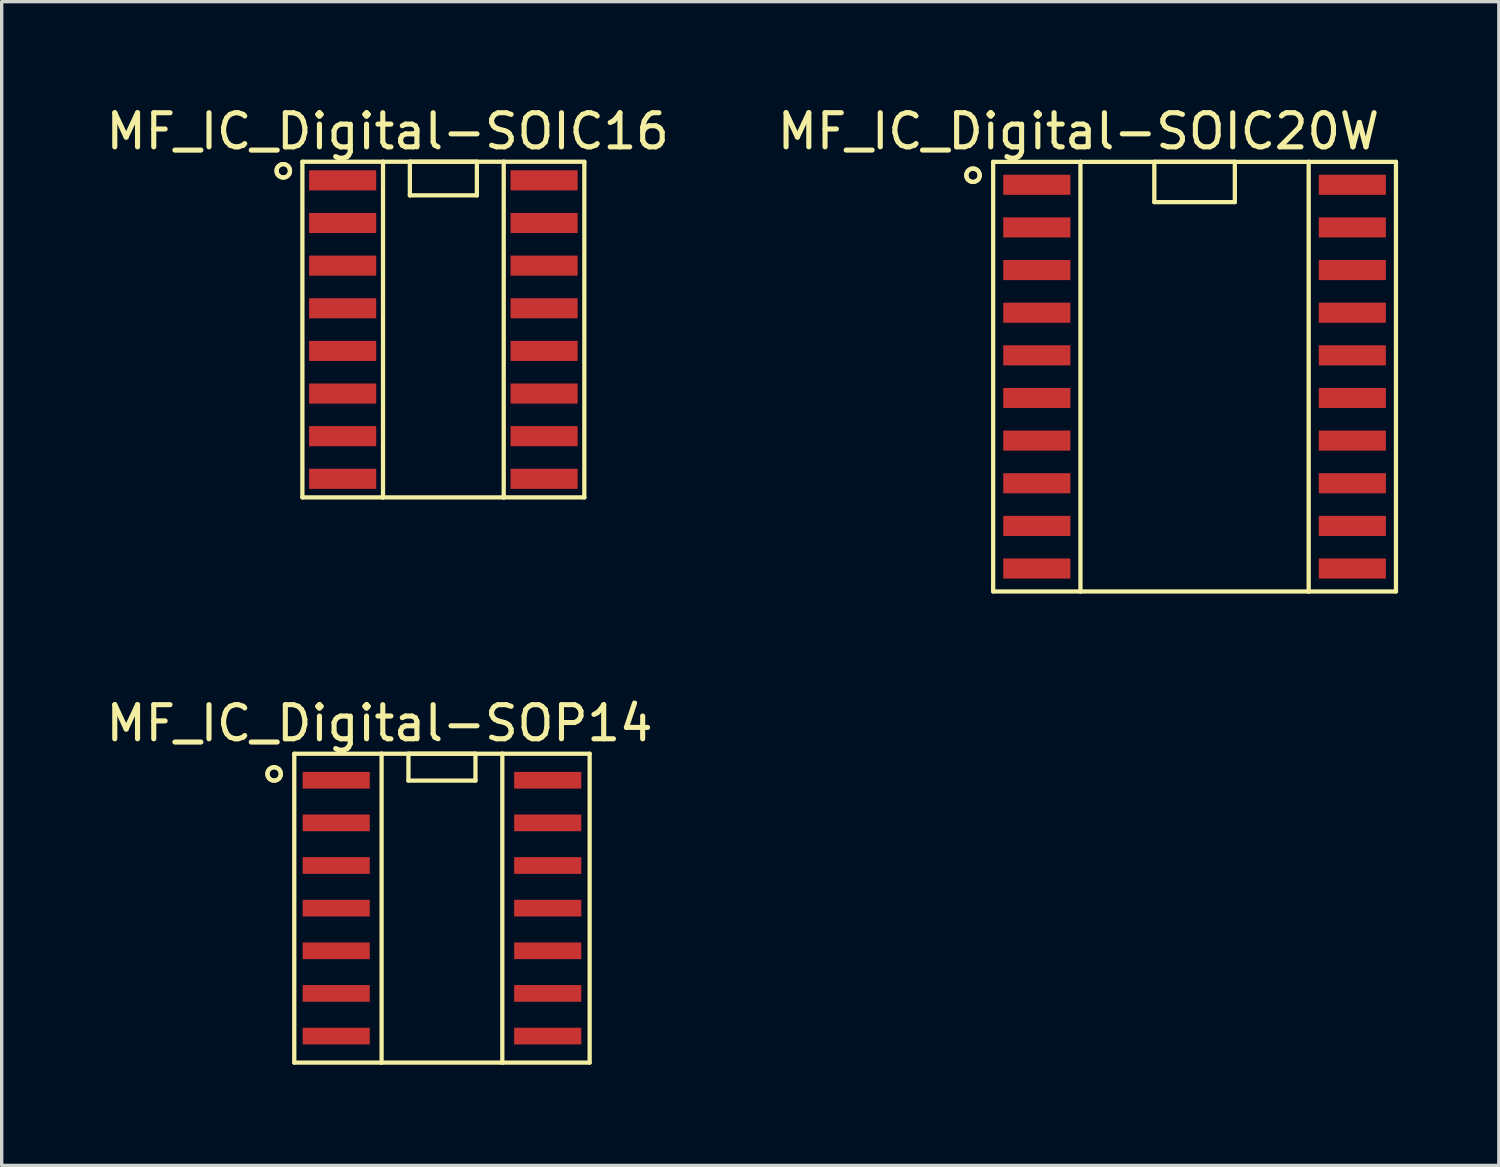
<source format=kicad_pcb>
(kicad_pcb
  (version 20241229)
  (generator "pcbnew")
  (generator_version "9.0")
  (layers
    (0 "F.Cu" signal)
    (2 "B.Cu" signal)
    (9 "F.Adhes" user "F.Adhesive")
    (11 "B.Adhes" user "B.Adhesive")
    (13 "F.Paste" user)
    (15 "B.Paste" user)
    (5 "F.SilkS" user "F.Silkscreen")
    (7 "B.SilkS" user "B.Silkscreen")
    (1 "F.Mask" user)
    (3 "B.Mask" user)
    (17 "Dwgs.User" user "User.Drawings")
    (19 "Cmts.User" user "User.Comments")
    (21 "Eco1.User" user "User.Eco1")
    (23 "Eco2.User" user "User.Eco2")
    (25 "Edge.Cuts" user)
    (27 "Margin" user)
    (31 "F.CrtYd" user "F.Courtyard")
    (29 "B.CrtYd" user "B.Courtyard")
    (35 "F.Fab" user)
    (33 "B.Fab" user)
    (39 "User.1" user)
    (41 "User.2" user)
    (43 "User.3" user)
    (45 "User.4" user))
  (footprint "MF_IC_Digital-SOIC20W"
    (layer "F.Cu")
    (at 32.531 8.169)
    (property "Reference" "MF_IC_Digital-SOIC20W" (at -3.459 -7.308 0) (layer "F.SilkS") (effects (font (size 1.016 1.016) (thickness 0.152))))
    (attr smd)
    (fp_line (start -6.8 -5.999) (end -6.792 -6.05) (stroke (width 0.127) (type solid)) (layer "F.SilkS"))
    (fp_line (start -6.792 -6.05) (end -6.772 -6.099) (stroke (width 0.127) (type solid)) (layer "F.SilkS"))
    (fp_line (start -6.792 -5.946) (end -6.8 -5.999) (stroke (width 0.127) (type solid)) (layer "F.SilkS"))
    (fp_line (start -6.772 -6.099) (end -6.741 -6.139) (stroke (width 0.127) (type solid)) (layer "F.SilkS"))
    (fp_line (start -6.772 -5.898) (end -6.792 -5.946) (stroke (width 0.127) (type solid)) (layer "F.SilkS"))
    (fp_line (start -6.741 -6.139) (end -6.698 -6.172) (stroke (width 0.127) (type solid)) (layer "F.SilkS"))
    (fp_line (start -6.741 -5.857) (end -6.772 -5.898) (stroke (width 0.127) (type solid)) (layer "F.SilkS"))
    (fp_line (start -6.698 -6.172) (end -6.65 -6.193) (stroke (width 0.127) (type solid)) (layer "F.SilkS"))
    (fp_line (start -6.698 -5.827) (end -6.741 -5.857) (stroke (width 0.127) (type solid)) (layer "F.SilkS"))
    (fp_line (start -6.65 -6.193) (end -6.599 -6.198) (stroke (width 0.127) (type solid)) (layer "F.SilkS"))
    (fp_line (start -6.65 -5.806) (end -6.698 -5.827) (stroke (width 0.127) (type solid)) (layer "F.SilkS"))
    (fp_line (start -6.599 -6.198) (end -6.548 -6.193) (stroke (width 0.127) (type solid)) (layer "F.SilkS"))
    (fp_line (start -6.599 -5.799) (end -6.65 -5.806) (stroke (width 0.127) (type solid)) (layer "F.SilkS"))
    (fp_line (start -6.548 -6.193) (end -6.5 -6.172) (stroke (width 0.127) (type solid)) (layer "F.SilkS"))
    (fp_line (start -6.548 -5.806) (end -6.599 -5.799) (stroke (width 0.127) (type solid)) (layer "F.SilkS"))
    (fp_line (start -6.5 -6.172) (end -6.457 -6.139) (stroke (width 0.127) (type solid)) (layer "F.SilkS"))
    (fp_line (start -6.5 -5.827) (end -6.548 -5.806) (stroke (width 0.127) (type solid)) (layer "F.SilkS"))
    (fp_line (start -6.457 -6.139) (end -6.426 -6.099) (stroke (width 0.127) (type solid)) (layer "F.SilkS"))
    (fp_line (start -6.457 -5.857) (end -6.5 -5.827) (stroke (width 0.127) (type solid)) (layer "F.SilkS"))
    (fp_line (start -6.426 -6.099) (end -6.406 -6.05) (stroke (width 0.127) (type solid)) (layer "F.SilkS"))
    (fp_line (start -6.426 -5.898) (end -6.457 -5.857) (stroke (width 0.127) (type solid)) (layer "F.SilkS"))
    (fp_line (start -6.406 -6.05) (end -6.398 -5.999) (stroke (width 0.127) (type solid)) (layer "F.SilkS"))
    (fp_line (start -6.406 -5.946) (end -6.426 -5.898) (stroke (width 0.127) (type solid)) (layer "F.SilkS"))
    (fp_line (start -6.398 -5.999) (end -6.406 -5.946) (stroke (width 0.127) (type solid)) (layer "F.SilkS"))
    (fp_line (start -5.999 -6.398) (end -3.399 -6.398) (stroke (width 0.127) (type solid)) (layer "F.SilkS"))
    (fp_line (start -5.999 6.398) (end -5.999 -6.398) (stroke (width 0.127) (type solid)) (layer "F.SilkS"))
    (fp_line (start -3.399 -6.398) (end -3.399 6.398) (stroke (width 0.127) (type solid)) (layer "F.SilkS"))
    (fp_line (start -3.399 -6.398) (end 3.399 -6.398) (stroke (width 0.127) (type solid)) (layer "F.SilkS"))
    (fp_line (start -3.399 6.398) (end -5.999 6.398) (stroke (width 0.127) (type solid)) (layer "F.SilkS"))
    (fp_line (start -1.199 -6.398) (end -1.199 -5.199) (stroke (width 0.127) (type solid)) (layer "F.SilkS"))
    (fp_line (start -1.199 -5.199) (end 1.199 -5.199) (stroke (width 0.127) (type solid)) (layer "F.SilkS"))
    (fp_line (start 1.199 -6.398) (end -1.199 -6.398) (stroke (width 0.127) (type solid)) (layer "F.SilkS"))
    (fp_line (start 1.199 -5.199) (end 1.199 -6.398) (stroke (width 0.127) (type solid)) (layer "F.SilkS"))
    (fp_line (start 3.399 -6.398) (end 3.399 6.398) (stroke (width 0.127) (type solid)) (layer "F.SilkS"))
    (fp_line (start 3.399 -6.398) (end 5.999 -6.398) (stroke (width 0.127) (type solid)) (layer "F.SilkS"))
    (fp_line (start 3.399 6.398) (end -3.399 6.398) (stroke (width 0.127) (type solid)) (layer "F.SilkS"))
    (fp_line (start 5.999 -6.398) (end 5.999 6.398) (stroke (width 0.127) (type solid)) (layer "F.SilkS"))
    (fp_line (start 5.999 6.398) (end 3.399 6.398) (stroke (width 0.127) (type solid)) (layer "F.SilkS"))
    (pad "P$1" smd rect (at -4.699 -5.715 270) (size 0.599 1.999) (layers "F.Cu" "F.Mask" "F.Paste"))
    (pad "P$2" smd rect (at -4.699 -4.445 270) (size 0.599 1.999) (layers "F.Cu" "F.Mask" "F.Paste"))
    (pad "P$3" smd rect (at -4.699 -3.175 270) (size 0.599 1.999) (layers "F.Cu" "F.Mask" "F.Paste"))
    (pad "P$4" smd rect (at -4.699 -1.905 270) (size 0.599 1.999) (layers "F.Cu" "F.Mask" "F.Paste"))
    (pad "P$5" smd rect (at -4.699 -0.635 270) (size 0.599 1.999) (layers "F.Cu" "F.Mask" "F.Paste"))
    (pad "P$6" smd rect (at -4.699 0.635 270) (size 0.599 1.999) (layers "F.Cu" "F.Mask" "F.Paste"))
    (pad "P$7" smd rect (at -4.699 1.905 270) (size 0.599 1.999) (layers "F.Cu" "F.Mask" "F.Paste"))
    (pad "P$8" smd rect (at -4.699 3.175 270) (size 0.599 1.999) (layers "F.Cu" "F.Mask" "F.Paste"))
    (pad "P$9" smd rect (at -4.699 4.445 270) (size 0.599 1.999) (layers "F.Cu" "F.Mask" "F.Paste"))
    (pad "P$10" smd rect (at -4.699 5.715 270) (size 0.599 1.999) (layers "F.Cu" "F.Mask" "F.Paste"))
    (pad "P$11" smd rect (at 4.699 5.715 90) (size 0.599 1.999) (layers "F.Cu" "F.Mask" "F.Paste"))
    (pad "P$12" smd rect (at 4.699 4.445 90) (size 0.599 1.999) (layers "F.Cu" "F.Mask" "F.Paste"))
    (pad "P$13" smd rect (at 4.699 3.175 90) (size 0.599 1.999) (layers "F.Cu" "F.Mask" "F.Paste"))
    (pad "P$14" smd rect (at 4.699 1.905 90) (size 0.599 1.999) (layers "F.Cu" "F.Mask" "F.Paste"))
    (pad "P$15" smd rect (at 4.699 0.635 270) (size 0.599 1.999) (layers "F.Cu" "F.Mask" "F.Paste"))
    (pad "P$16" smd rect (at 4.699 -0.635 270) (size 0.599 1.999) (layers "F.Cu" "F.Mask" "F.Paste"))
    (pad "P$17" smd rect (at 4.699 -1.905 270) (size 0.599 1.999) (layers "F.Cu" "F.Mask" "F.Paste"))
    (pad "P$18" smd rect (at 4.699 -3.175 270) (size 0.599 1.999) (layers "F.Cu" "F.Mask" "F.Paste"))
    (pad "P$19" smd rect (at 4.699 -4.445 270) (size 0.599 1.999) (layers "F.Cu" "F.Mask" "F.Paste"))
    (pad "P$20" smd rect (at 4.699 -5.715 270) (size 0.599 1.999) (layers "F.Cu" "F.Mask" "F.Paste")))
  (footprint "MF_IC_Digital-SOP14"
    (layer "F.Cu")
    (at 10.114 24)
    (property "Reference" "MF_IC_Digital-SOP14" (at -1.859 -5.507 0) (layer "F.SilkS") (effects (font (size 1.016 1.016) (thickness 0.152))))
    (attr smd)
    (fp_line (start -5.199 -3.998) (end -5.192 -4.051) (stroke (width 0.127) (type solid)) (layer "F.SilkS"))
    (fp_line (start -5.192 -4.051) (end -5.171 -4.1) (stroke (width 0.127) (type solid)) (layer "F.SilkS"))
    (fp_line (start -5.192 -3.947) (end -5.199 -3.998) (stroke (width 0.127) (type solid)) (layer "F.SilkS"))
    (fp_line (start -5.171 -4.1) (end -5.141 -4.14) (stroke (width 0.127) (type solid)) (layer "F.SilkS"))
    (fp_line (start -5.171 -3.899) (end -5.192 -3.947) (stroke (width 0.127) (type solid)) (layer "F.SilkS"))
    (fp_line (start -5.141 -4.14) (end -5.098 -4.171) (stroke (width 0.127) (type solid)) (layer "F.SilkS"))
    (fp_line (start -5.141 -3.858) (end -5.171 -3.899) (stroke (width 0.127) (type solid)) (layer "F.SilkS"))
    (fp_line (start -5.098 -4.171) (end -5.05 -4.191) (stroke (width 0.127) (type solid)) (layer "F.SilkS"))
    (fp_line (start -5.098 -3.825) (end -5.141 -3.858) (stroke (width 0.127) (type solid)) (layer "F.SilkS"))
    (fp_line (start -5.05 -4.191) (end -4.999 -4.199) (stroke (width 0.127) (type solid)) (layer "F.SilkS"))
    (fp_line (start -5.05 -3.805) (end -5.098 -3.825) (stroke (width 0.127) (type solid)) (layer "F.SilkS"))
    (fp_line (start -4.999 -4.199) (end -4.948 -4.191) (stroke (width 0.127) (type solid)) (layer "F.SilkS"))
    (fp_line (start -4.999 -3.8) (end -5.05 -3.805) (stroke (width 0.127) (type solid)) (layer "F.SilkS"))
    (fp_line (start -4.948 -4.191) (end -4.9 -4.171) (stroke (width 0.127) (type solid)) (layer "F.SilkS"))
    (fp_line (start -4.948 -3.805) (end -4.999 -3.8) (stroke (width 0.127) (type solid)) (layer "F.SilkS"))
    (fp_line (start -4.9 -4.171) (end -4.856 -4.14) (stroke (width 0.127) (type solid)) (layer "F.SilkS"))
    (fp_line (start -4.9 -3.825) (end -4.948 -3.805) (stroke (width 0.127) (type solid)) (layer "F.SilkS"))
    (fp_line (start -4.856 -4.14) (end -4.826 -4.1) (stroke (width 0.127) (type solid)) (layer "F.SilkS"))
    (fp_line (start -4.856 -3.858) (end -4.9 -3.825) (stroke (width 0.127) (type solid)) (layer "F.SilkS"))
    (fp_line (start -4.826 -4.1) (end -4.806 -4.051) (stroke (width 0.127) (type solid)) (layer "F.SilkS"))
    (fp_line (start -4.826 -3.899) (end -4.856 -3.858) (stroke (width 0.127) (type solid)) (layer "F.SilkS"))
    (fp_line (start -4.806 -4.051) (end -4.798 -3.998) (stroke (width 0.127) (type solid)) (layer "F.SilkS"))
    (fp_line (start -4.806 -3.947) (end -4.826 -3.899) (stroke (width 0.127) (type solid)) (layer "F.SilkS"))
    (fp_line (start -4.798 -3.998) (end -4.806 -3.947) (stroke (width 0.127) (type solid)) (layer "F.SilkS"))
    (fp_line (start -4.399 -4.6) (end -1.798 -4.6) (stroke (width 0.127) (type solid)) (layer "F.SilkS"))
    (fp_line (start -4.399 4.6) (end -4.399 -4.6) (stroke (width 0.127) (type solid)) (layer "F.SilkS"))
    (fp_line (start -1.798 -4.6) (end 1.798 -4.6) (stroke (width 0.127) (type solid)) (layer "F.SilkS"))
    (fp_line (start -1.798 4.6) (end -4.399 4.6) (stroke (width 0.127) (type solid)) (layer "F.SilkS"))
    (fp_line (start -1.798 4.6) (end -1.798 -4.6) (stroke (width 0.127) (type solid)) (layer "F.SilkS"))
    (fp_line (start -0.998 -4.6) (end -0.998 -3.8) (stroke (width 0.127) (type solid)) (layer "F.SilkS"))
    (fp_line (start -0.998 -3.8) (end 0.998 -3.8) (stroke (width 0.127) (type solid)) (layer "F.SilkS"))
    (fp_line (start 0.998 -4.6) (end -0.998 -4.6) (stroke (width 0.127) (type solid)) (layer "F.SilkS"))
    (fp_line (start 0.998 -3.8) (end 0.998 -4.6) (stroke (width 0.127) (type solid)) (layer "F.SilkS"))
    (fp_line (start 1.798 -4.6) (end 1.798 4.6) (stroke (width 0.127) (type solid)) (layer "F.SilkS"))
    (fp_line (start 1.798 -4.6) (end 4.399 -4.6) (stroke (width 0.127) (type solid)) (layer "F.SilkS"))
    (fp_line (start 1.798 4.6) (end -1.798 4.6) (stroke (width 0.127) (type solid)) (layer "F.SilkS"))
    (fp_line (start 4.399 -4.6) (end 4.399 4.6) (stroke (width 0.127) (type solid)) (layer "F.SilkS"))
    (fp_line (start 4.399 4.6) (end 1.798 4.6) (stroke (width 0.127) (type solid)) (layer "F.SilkS"))
    (pad "1" smd rect (at -3.15 -3.81 270) (size 0.498 1.999) (layers "F.Cu" "F.Mask" "F.Paste"))
    (pad "2" smd rect (at -3.15 -2.54 270) (size 0.498 1.999) (layers "F.Cu" "F.Mask" "F.Paste"))
    (pad "3" smd rect (at -3.15 -1.27 270) (size 0.498 1.999) (layers "F.Cu" "F.Mask" "F.Paste"))
    (pad "4" smd rect (at -3.15 0 270) (size 0.498 1.999) (layers "F.Cu" "F.Mask" "F.Paste"))
    (pad "5" smd rect (at -3.15 1.27 270) (size 0.498 1.999) (layers "F.Cu" "F.Mask" "F.Paste"))
    (pad "6" smd rect (at -3.15 2.54 270) (size 0.498 1.999) (layers "F.Cu" "F.Mask" "F.Paste"))
    (pad "7" smd rect (at -3.15 3.81 270) (size 0.498 1.999) (layers "F.Cu" "F.Mask" "F.Paste"))
    (pad "8" smd rect (at 3.15 3.81 270) (size 0.498 1.999) (layers "F.Cu" "F.Mask" "F.Paste"))
    (pad "9" smd rect (at 3.15 2.54 270) (size 0.498 1.999) (layers "F.Cu" "F.Mask" "F.Paste"))
    (pad "10" smd rect (at 3.15 1.27 270) (size 0.498 1.999) (layers "F.Cu" "F.Mask" "F.Paste"))
    (pad "11" smd rect (at 3.15 0 270) (size 0.498 1.999) (layers "F.Cu" "F.Mask" "F.Paste"))
    (pad "12" smd rect (at 3.15 -1.27 270) (size 0.498 1.999) (layers "F.Cu" "F.Mask" "F.Paste"))
    (pad "13" smd rect (at 3.15 -2.54 270) (size 0.498 1.999) (layers "F.Cu" "F.Mask" "F.Paste"))
    (pad "14" smd rect (at 3.15 -3.81 270) (size 0.498 1.999) (layers "F.Cu" "F.Mask" "F.Paste")))
  (footprint "MF_IC_Digital-SOIC16"
    (layer "F.Cu")
    (at 10.156 6.767)
    (property "Reference" "MF_IC_Digital-SOIC16" (at -1.659 -5.905 0) (layer "F.SilkS") (effects (font (size 1.016 1.016) (thickness 0.152))))
    (attr smd)
    (fp_line (start -4.968 -4.729) (end -4.963 -4.78) (stroke (width 0.127) (type solid)) (layer "F.SilkS"))
    (fp_line (start -4.963 -4.78) (end -4.943 -4.829) (stroke (width 0.127) (type solid)) (layer "F.SilkS"))
    (fp_line (start -4.963 -4.676) (end -4.968 -4.729) (stroke (width 0.127) (type solid)) (layer "F.SilkS"))
    (fp_line (start -4.943 -4.829) (end -4.91 -4.869) (stroke (width 0.127) (type solid)) (layer "F.SilkS"))
    (fp_line (start -4.943 -4.628) (end -4.963 -4.676) (stroke (width 0.127) (type solid)) (layer "F.SilkS"))
    (fp_line (start -4.91 -4.869) (end -4.869 -4.902) (stroke (width 0.127) (type solid)) (layer "F.SilkS"))
    (fp_line (start -4.91 -4.587) (end -4.943 -4.628) (stroke (width 0.127) (type solid)) (layer "F.SilkS"))
    (fp_line (start -4.869 -4.902) (end -4.821 -4.923) (stroke (width 0.127) (type solid)) (layer "F.SilkS"))
    (fp_line (start -4.869 -4.557) (end -4.91 -4.587) (stroke (width 0.127) (type solid)) (layer "F.SilkS"))
    (fp_line (start -4.821 -4.923) (end -4.768 -4.928) (stroke (width 0.127) (type solid)) (layer "F.SilkS"))
    (fp_line (start -4.821 -4.536) (end -4.869 -4.557) (stroke (width 0.127) (type solid)) (layer "F.SilkS"))
    (fp_line (start -4.768 -4.928) (end -4.717 -4.923) (stroke (width 0.127) (type solid)) (layer "F.SilkS"))
    (fp_line (start -4.768 -4.529) (end -4.821 -4.536) (stroke (width 0.127) (type solid)) (layer "F.SilkS"))
    (fp_line (start -4.717 -4.923) (end -4.669 -4.902) (stroke (width 0.127) (type solid)) (layer "F.SilkS"))
    (fp_line (start -4.717 -4.536) (end -4.768 -4.529) (stroke (width 0.127) (type solid)) (layer "F.SilkS"))
    (fp_line (start -4.669 -4.902) (end -4.628 -4.869) (stroke (width 0.127) (type solid)) (layer "F.SilkS"))
    (fp_line (start -4.669 -4.557) (end -4.717 -4.536) (stroke (width 0.127) (type solid)) (layer "F.SilkS"))
    (fp_line (start -4.628 -4.869) (end -4.595 -4.829) (stroke (width 0.127) (type solid)) (layer "F.SilkS"))
    (fp_line (start -4.628 -4.587) (end -4.669 -4.557) (stroke (width 0.127) (type solid)) (layer "F.SilkS"))
    (fp_line (start -4.595 -4.829) (end -4.575 -4.78) (stroke (width 0.127) (type solid)) (layer "F.SilkS"))
    (fp_line (start -4.595 -4.628) (end -4.628 -4.587) (stroke (width 0.127) (type solid)) (layer "F.SilkS"))
    (fp_line (start -4.575 -4.78) (end -4.569 -4.729) (stroke (width 0.127) (type solid)) (layer "F.SilkS"))
    (fp_line (start -4.575 -4.676) (end -4.595 -4.628) (stroke (width 0.127) (type solid)) (layer "F.SilkS"))
    (fp_line (start -4.569 -4.729) (end -4.575 -4.676) (stroke (width 0.127) (type solid)) (layer "F.SilkS"))
    (fp_line (start -4.199 -4.999) (end -1.798 -4.999) (stroke (width 0.127) (type solid)) (layer "F.SilkS"))
    (fp_line (start -4.199 4.999) (end -4.199 -4.999) (stroke (width 0.127) (type solid)) (layer "F.SilkS"))
    (fp_line (start -1.798 -4.999) (end -1.798 4.999) (stroke (width 0.127) (type solid)) (layer "F.SilkS"))
    (fp_line (start -1.798 -4.999) (end 1.798 -4.999) (stroke (width 0.127) (type solid)) (layer "F.SilkS"))
    (fp_line (start -1.798 4.999) (end -4.199 4.999) (stroke (width 0.127) (type solid)) (layer "F.SilkS"))
    (fp_line (start -0.998 -4.999) (end -0.998 -3.998) (stroke (width 0.127) (type solid)) (layer "F.SilkS"))
    (fp_line (start -0.998 -3.998) (end 0.998 -3.998) (stroke (width 0.127) (type solid)) (layer "F.SilkS"))
    (fp_line (start 0.998 -4.999) (end -0.998 -4.999) (stroke (width 0.127) (type solid)) (layer "F.SilkS"))
    (fp_line (start 0.998 -3.998) (end 0.998 -4.999) (stroke (width 0.127) (type solid)) (layer "F.SilkS"))
    (fp_line (start 1.798 -4.999) (end 1.798 4.999) (stroke (width 0.127) (type solid)) (layer "F.SilkS"))
    (fp_line (start 1.798 -4.999) (end 4.199 -4.999) (stroke (width 0.127) (type solid)) (layer "F.SilkS"))
    (fp_line (start 1.798 4.999) (end -1.798 4.999) (stroke (width 0.127) (type solid)) (layer "F.SilkS"))
    (fp_line (start 4.199 -4.999) (end 4.199 4.999) (stroke (width 0.127) (type solid)) (layer "F.SilkS"))
    (fp_line (start 4.199 4.999) (end 1.798 4.999) (stroke (width 0.127) (type solid)) (layer "F.SilkS"))
    (pad "1" smd rect (at -3 -4.445 270) (size 0.599 1.999) (layers "F.Cu" "F.Mask" "F.Paste"))
    (pad "2" smd rect (at -3 -3.175 270) (size 0.599 1.999) (layers "F.Cu" "F.Mask" "F.Paste"))
    (pad "3" smd rect (at -3 -1.905 270) (size 0.599 1.999) (layers "F.Cu" "F.Mask" "F.Paste"))
    (pad "4" smd rect (at -3 -0.635 270) (size 0.599 1.999) (layers "F.Cu" "F.Mask" "F.Paste"))
    (pad "5" smd rect (at -3 0.635 270) (size 0.599 1.999) (layers "F.Cu" "F.Mask" "F.Paste"))
    (pad "6" smd rect (at -3 1.905 270) (size 0.599 1.999) (layers "F.Cu" "F.Mask" "F.Paste"))
    (pad "7" smd rect (at -3 3.175 270) (size 0.599 1.999) (layers "F.Cu" "F.Mask" "F.Paste"))
    (pad "8" smd rect (at -3 4.445 270) (size 0.599 1.999) (layers "F.Cu" "F.Mask" "F.Paste"))
    (pad "9" smd rect (at 3 3.175 90) (size 0.599 1.999) (layers "F.Cu" "F.Mask" "F.Paste"))
    (pad "10" smd rect (at 3 4.445 90) (size 0.599 1.999) (layers "F.Cu" "F.Mask" "F.Paste"))
    (pad "11" smd rect (at 3 1.905 90) (size 0.599 1.999) (layers "F.Cu" "F.Mask" "F.Paste"))
    (pad "12" smd rect (at 3 0.635 90) (size 0.599 1.999) (layers "F.Cu" "F.Mask" "F.Paste"))
    (pad "13" smd rect (at 3 -1.905 90) (size 0.599 1.999) (layers "F.Cu" "F.Mask" "F.Paste"))
    (pad "14" smd rect (at 3 -0.635 90) (size 0.599 1.999) (layers "F.Cu" "F.Mask" "F.Paste"))
    (pad "15" smd rect (at 3 -3.175 90) (size 0.599 1.999) (layers "F.Cu" "F.Mask" "F.Paste"))
    (pad "16" smd rect (at 3 -4.445 90) (size 0.599 1.999) (layers "F.Cu" "F.Mask" "F.Paste")))
  (gr_rect
    (start -3 -3)
    (end 41.594 31.663)
    (stroke (width 0.1) (type default))
    (fill no)
    (layer "Edge.Cuts")))
</source>
